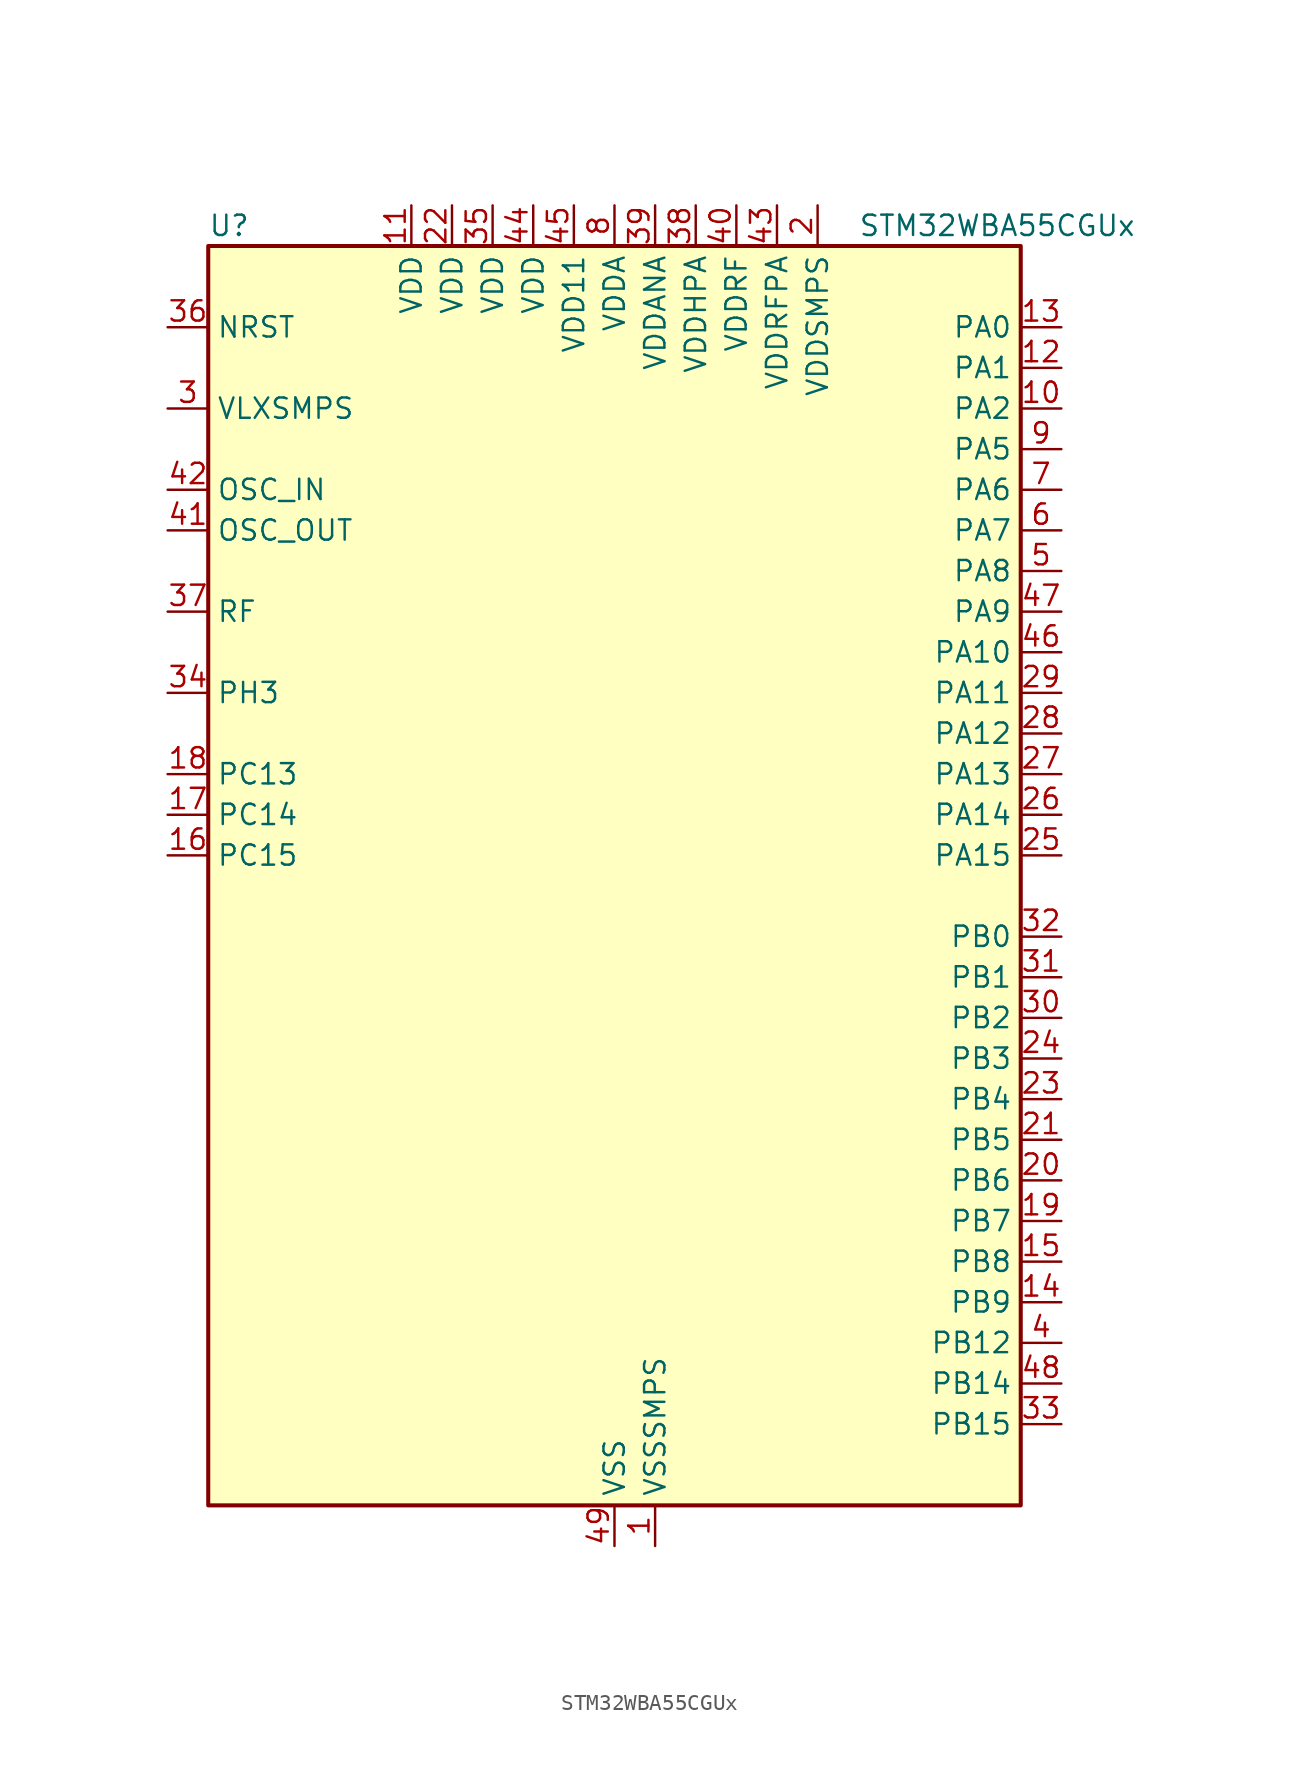
<source format=kicad_sym>
(kicad_symbol_lib
  (version 20241209)
  (generator "kicad_symbol_editor")
  (generator_version "9.0")
  (symbol "STM32WBA55CGUx"
    (property "Reference" "U"
      (at -25.4 41.91 0)
      (effects (font (size 1.27 1.27)) (justify left)))
    (property "Value" "STM32WBA55CGUx"
      (at 15.24 41.91 0)
      (effects (font (size 1.27 1.27)) (justify left)))
    (symbol "STM32WBA55CGUx_0_1"
      (rectangle (start -25.4 -38.1) (end 25.4 40.64) (stroke (width 0.254) (type default)) (fill (type background))))
    (symbol "STM32WBA55CGUx_1_1"
      (pin input line (at -27.94 35.56 0) (length 2.54) (name "NRST" (effects (font (size 1.27 1.27)))) (number "36" (effects (font (size 1.27 1.27)))))
      (pin power_in line (at -27.94 30.48 0) (length 2.54) (name "VLXSMPS" (effects (font (size 1.27 1.27)))) (number "3" (effects (font (size 1.27 1.27)))))
      (pin input line (at -27.94 25.4 0) (length 2.54) (name "OSC_IN" (effects (font (size 1.27 1.27)))) (number "42" (effects (font (size 1.27 1.27)))) (alternate "RCC_OSC_IN" bidirectional line))
      (pin input line (at -27.94 22.86 0) (length 2.54) (name "OSC_OUT" (effects (font (size 1.27 1.27)))) (number "41" (effects (font (size 1.27 1.27)))) (alternate "RCC_OSC_OUT" bidirectional line))
      (pin bidirectional line (at -27.94 17.78 0) (length 2.54) (name "RF" (effects (font (size 1.27 1.27)))) (number "37" (effects (font (size 1.27 1.27)))))
      (pin bidirectional line (at -27.94 12.7 0) (length 2.54) (name "PH3" (effects (font (size 1.27 1.27)))) (number "34" (effects (font (size 1.27 1.27)))) (alternate "PTA_GRANT" bidirectional line) (alternate "RF_EXTPABYP" bidirectional line) (alternate "TAMP_IN2" bidirectional line) (alternate "TAMP_OUT1" bidirectional line))
      (pin bidirectional line (at -27.94 7.62 0) (length 2.54) (name "PC13" (effects (font (size 1.27 1.27)))) (number "18" (effects (font (size 1.27 1.27)))) (alternate "PWR_WKUP2" bidirectional line) (alternate "RTC_OUT1" bidirectional line) (alternate "RTC_TS" bidirectional line) (alternate "TAMP_IN4" bidirectional line) (alternate "TAMP_OUT5" bidirectional line) (alternate "TIM1_BKIN2" bidirectional line) (alternate "TSC_G5_IO1" bidirectional line))
      (pin bidirectional line (at -27.94 5.08 0) (length 2.54) (name "PC14" (effects (font (size 1.27 1.27)))) (number "17" (effects (font (size 1.27 1.27)))) (alternate "RCC_OSC32_IN" bidirectional line))
      (pin bidirectional line (at -27.94 2.54 0) (length 2.54) (name "PC15" (effects (font (size 1.27 1.27)))) (number "16" (effects (font (size 1.27 1.27)))) (alternate "ADC4_EXTI15" bidirectional line) (alternate "RCC_OSC32_OUT" bidirectional line))
      (pin power_in line (at -12.7 43.18 270) (length 2.54) (name "VDD" (effects (font (size 1.27 1.27)))) (number "11" (effects (font (size 1.27 1.27)))))
      (pin power_in line (at -10.16 43.18 270) (length 2.54) (name "VDD" (effects (font (size 1.27 1.27)))) (number "22" (effects (font (size 1.27 1.27)))))
      (pin power_in line (at -7.62 43.18 270) (length 2.54) (name "VDD" (effects (font (size 1.27 1.27)))) (number "35" (effects (font (size 1.27 1.27)))))
      (pin power_in line (at -5.08 43.18 270) (length 2.54) (name "VDD" (effects (font (size 1.27 1.27)))) (number "44" (effects (font (size 1.27 1.27)))))
      (pin power_in line (at -2.54 43.18 270) (length 2.54) (name "VDD11" (effects (font (size 1.27 1.27)))) (number "45" (effects (font (size 1.27 1.27)))))
      (pin power_in line (at 0 43.18 270) (length 2.54) (name "VDDA" (effects (font (size 1.27 1.27)))) (number "8" (effects (font (size 1.27 1.27)))))
      (pin power_in line (at 0 -40.64 90) (length 2.54) (name "VSS" (effects (font (size 1.27 1.27)))) (number "49" (effects (font (size 1.27 1.27)))))
      (pin power_in line (at 2.54 43.18 270) (length 2.54) (name "VDDANA" (effects (font (size 1.27 1.27)))) (number "39" (effects (font (size 1.27 1.27)))))
      (pin power_in line (at 2.54 -40.64 90) (length 2.54) (name "VSSSMPS" (effects (font (size 1.27 1.27)))) (number "1" (effects (font (size 1.27 1.27)))))
      (pin power_in line (at 5.08 43.18 270) (length 2.54) (name "VDDHPA" (effects (font (size 1.27 1.27)))) (number "38" (effects (font (size 1.27 1.27)))))
      (pin power_in line (at 7.62 43.18 270) (length 2.54) (name "VDDRF" (effects (font (size 1.27 1.27)))) (number "40" (effects (font (size 1.27 1.27)))))
      (pin power_in line (at 10.16 43.18 270) (length 2.54) (name "VDDRFPA" (effects (font (size 1.27 1.27)))) (number "43" (effects (font (size 1.27 1.27)))))
      (pin power_in line (at 12.7 43.18 270) (length 2.54) (name "VDDSMPS" (effects (font (size 1.27 1.27)))) (number "2" (effects (font (size 1.27 1.27)))))
      (pin bidirectional line (at 27.94 35.56 180) (length 2.54) (name "PA0" (effects (font (size 1.27 1.27)))) (number "13" (effects (font (size 1.27 1.27)))) (alternate "ADC4_IN9" bidirectional line) (alternate "COMP2_INP" bidirectional line) (alternate "LPTIM1_IN1" bidirectional line) (alternate "LPUART1_CTS" bidirectional line) (alternate "PWR_WKUP1" bidirectional line) (alternate "SPI3_SCK" bidirectional line) (alternate "TIM1_CH2N" bidirectional line) (alternate "TIM3_CH3" bidirectional line) (alternate "TIM3_ETR" bidirectional line) (alternate "TSC_G2_IO2" bidirectional line))
      (pin bidirectional line (at 27.94 33.02 180) (length 2.54) (name "PA1" (effects (font (size 1.27 1.27)))) (number "12" (effects (font (size 1.27 1.27)))) (alternate "ADC4_IN8" bidirectional line) (alternate "COMP1_INM" bidirectional line) (alternate "LPTIM2_CH2" bidirectional line) (alternate "LPUART1_RX" bidirectional line) (alternate "PWR_WKUP3" bidirectional line) (alternate "SAI1_CK1" bidirectional line) (alternate "SPI1_RDY" bidirectional line) (alternate "TIM17_CH1" bidirectional line) (alternate "TIM1_CH1N" bidirectional line) (alternate "TIM3_CH2" bidirectional line) (alternate "TSC_G2_IO1" bidirectional line) (alternate "USART1_CK" bidirectional line))
      (pin bidirectional line (at 27.94 30.48 180) (length 2.54) (name "PA2" (effects (font (size 1.27 1.27)))) (number "10" (effects (font (size 1.27 1.27)))) (alternate "ADC4_IN7" bidirectional line) (alternate "COMP1_INP" bidirectional line) (alternate "LPUART1_TX" bidirectional line) (alternate "PWR_WKUP4" bidirectional line) (alternate "RCC_LSCO" bidirectional line) (alternate "SAI1_D1" bidirectional line) (alternate "TIM16_CH1" bidirectional line) (alternate "TIM1_BKIN" bidirectional line) (alternate "TIM3_CH1" bidirectional line) (alternate "TSC_G4_IO4" bidirectional line) (alternate "USART1_DE" bidirectional line) (alternate "USART1_RTS" bidirectional line))
      (pin bidirectional line (at 27.94 27.94 180) (length 2.54) (name "PA5" (effects (font (size 1.27 1.27)))) (number "9" (effects (font (size 1.27 1.27)))) (alternate "ADC4_IN4" bidirectional line) (alternate "AUDIOCLK" bidirectional line) (alternate "LPTIM2_ETR" bidirectional line) (alternate "PWR_CSLEEP" bidirectional line) (alternate "PWR_WKUP6" bidirectional line) (alternate "SAI1_D2" bidirectional line) (alternate "SPI3_NSS" bidirectional line) (alternate "TIM2_CH1" bidirectional line) (alternate "TIM2_ETR" bidirectional line) (alternate "TSC_G1_IO4" bidirectional line) (alternate "USART1_CK" bidirectional line))
      (pin bidirectional line (at 27.94 25.4 180) (length 2.54) (name "PA6" (effects (font (size 1.27 1.27)))) (number "7" (effects (font (size 1.27 1.27)))) (alternate "ADC4_IN3" bidirectional line) (alternate "I2C3_SCL" bidirectional line) (alternate "PWR_CSTOP" bidirectional line) (alternate "PWR_WKUP7" bidirectional line) (alternate "SAI1_CK2" bidirectional line) (alternate "SAI1_MCLK_A" bidirectional line) (alternate "SPI3_RDY" bidirectional line) (alternate "TIM2_CH4" bidirectional line) (alternate "TSC_G1_IO3" bidirectional line) (alternate "USART1_DE" bidirectional line) (alternate "USART1_RTS" bidirectional line))
      (pin bidirectional line (at 27.94 22.86 180) (length 2.54) (name "PA7" (effects (font (size 1.27 1.27)))) (number "6" (effects (font (size 1.27 1.27)))) (alternate "ADC4_IN2" bidirectional line) (alternate "COMP1_OUT" bidirectional line) (alternate "I2C3_SDA" bidirectional line) (alternate "PWR_WKUP8" bidirectional line) (alternate "SAI1_SCK_A" bidirectional line) (alternate "TAMP_IN1" bidirectional line) (alternate "TAMP_OUT2" bidirectional line) (alternate "TIM2_CH3" bidirectional line) (alternate "TSC_G1_IO2" bidirectional line) (alternate "USART1_CTS" bidirectional line))
      (pin bidirectional line (at 27.94 20.32 180) (length 2.54) (name "PA8" (effects (font (size 1.27 1.27)))) (number "5" (effects (font (size 1.27 1.27)))) (alternate "ADC4_IN1" bidirectional line) (alternate "LPTIM1_CH2" bidirectional line) (alternate "RCC_MCO" bidirectional line) (alternate "SAI1_FS_A" bidirectional line) (alternate "SPI3_RDY" bidirectional line) (alternate "TIM2_CH2" bidirectional line) (alternate "TSC_G1_IO1" bidirectional line) (alternate "USART1_RX" bidirectional line))
      (pin bidirectional line (at 27.94 17.78 180) (length 2.54) (name "PA9" (effects (font (size 1.27 1.27)))) (number "47" (effects (font (size 1.27 1.27)))) (alternate "LPUART1_DE" bidirectional line) (alternate "LPUART1_RTS" bidirectional line) (alternate "SAI1_CK1" bidirectional line) (alternate "TIM3_CH2" bidirectional line))
      (pin bidirectional line (at 27.94 15.24 180) (length 2.54) (name "PA10" (effects (font (size 1.27 1.27)))) (number "46" (effects (font (size 1.27 1.27)))) (alternate "LPUART1_RX" bidirectional line) (alternate "SAI1_D1" bidirectional line) (alternate "TIM3_CH1" bidirectional line))
      (pin bidirectional line (at 27.94 12.7 180) (length 2.54) (name "PA11" (effects (font (size 1.27 1.27)))) (number "29" (effects (font (size 1.27 1.27)))) (alternate "LPTIM2_CH1" bidirectional line) (alternate "RF_ANTSW1" bidirectional line) (alternate "TIM1_CH1" bidirectional line) (alternate "USART2_RX" bidirectional line))
      (pin bidirectional line (at 27.94 10.16 180) (length 2.54) (name "PA12" (effects (font (size 1.27 1.27)))) (number "28" (effects (font (size 1.27 1.27)))) (alternate "COMP2_OUT" bidirectional line) (alternate "PTA_STATUS" bidirectional line) (alternate "PWR_WKUP6" bidirectional line) (alternate "RF_ANTSW0" bidirectional line) (alternate "SPI1_NSS" bidirectional line) (alternate "TIM1_CH2" bidirectional line) (alternate "TSC_G3_IO4" bidirectional line) (alternate "USART2_TX" bidirectional line))
      (pin bidirectional line (at 27.94 7.62 180) (length 2.54) (name "PA13" (effects (font (size 1.27 1.27)))) (number "27" (effects (font (size 1.27 1.27)))) (alternate "DEBUG_JTMS-SWDIO" bidirectional line) (alternate "IR_OUT" bidirectional line) (alternate "PTA_PRIORITY" bidirectional line))
      (pin bidirectional line (at 27.94 5.08 180) (length 2.54) (name "PA14" (effects (font (size 1.27 1.27)))) (number "26" (effects (font (size 1.27 1.27)))) (alternate "COMP2_OUT" bidirectional line) (alternate "DEBUG_JTCK-SWCLK" bidirectional line) (alternate "PTA_STATUS" bidirectional line) (alternate "TAMP_IN3" bidirectional line) (alternate "TAMP_OUT6" bidirectional line) (alternate "USART2_TX" bidirectional line))
      (pin bidirectional line (at 27.94 2.54 180) (length 2.54) (name "PA15" (effects (font (size 1.27 1.27)))) (number "25" (effects (font (size 1.27 1.27)))) (alternate "ADC4_EXTI15" bidirectional line) (alternate "DEBUG_JTDI" bidirectional line) (alternate "I2C1_SCL" bidirectional line) (alternate "LPTIM1_CH2" bidirectional line) (alternate "PTA_STATUS" bidirectional line) (alternate "SPI1_MOSI" bidirectional line) (alternate "TIM17_BKIN" bidirectional line) (alternate "TIM1_ETR" bidirectional line) (alternate "TSC_G3_IO3" bidirectional line) (alternate "USART2_DE" bidirectional line) (alternate "USART2_RTS" bidirectional line))
      (pin bidirectional line (at 27.94 -2.54 180) (length 2.54) (name "PB0" (effects (font (size 1.27 1.27)))) (number "32" (effects (font (size 1.27 1.27)))) (alternate "LPTIM2_IN2" bidirectional line) (alternate "TIM1_CH3N" bidirectional line) (alternate "USART2_TX" bidirectional line))
      (pin bidirectional line (at 27.94 -5.08 180) (length 2.54) (name "PB1" (effects (font (size 1.27 1.27)))) (number "31" (effects (font (size 1.27 1.27)))) (alternate "I2C1_SDA" bidirectional line) (alternate "I2C3_SDA" bidirectional line) (alternate "PWR_WKUP4" bidirectional line) (alternate "TIM1_CH2N" bidirectional line) (alternate "USART2_DE" bidirectional line) (alternate "USART2_RTS" bidirectional line))
      (pin bidirectional line (at 27.94 -7.62 180) (length 2.54) (name "PB2" (effects (font (size 1.27 1.27)))) (number "30" (effects (font (size 1.27 1.27)))) (alternate "I2C1_SCL" bidirectional line) (alternate "I2C3_SCL" bidirectional line) (alternate "PWR_WKUP1" bidirectional line) (alternate "RF_ANTSW2" bidirectional line) (alternate "RTC_OUT2" bidirectional line) (alternate "TIM1_CH1N" bidirectional line) (alternate "USART2_CTS" bidirectional line))
      (pin bidirectional line (at 27.94 -10.16 180) (length 2.54) (name "PB3" (effects (font (size 1.27 1.27)))) (number "24" (effects (font (size 1.27 1.27)))) (alternate "DEBUG_JTDO-SWO" bidirectional line) (alternate "I2C1_SDA" bidirectional line) (alternate "LPTIM1_IN2" bidirectional line) (alternate "PTA_ACTIVE" bidirectional line) (alternate "SPI1_MISO" bidirectional line) (alternate "TIM17_CH1N" bidirectional line) (alternate "TIM1_CH4" bidirectional line) (alternate "TSC_G3_IO2" bidirectional line) (alternate "USART2_CK" bidirectional line))
      (pin bidirectional line (at 27.94 -12.7 180) (length 2.54) (name "PB4" (effects (font (size 1.27 1.27)))) (number "23" (effects (font (size 1.27 1.27)))) (alternate "DEBUG_JTRST" bidirectional line) (alternate "LPTIM2_IN2" bidirectional line) (alternate "PTA_ACTIVE" bidirectional line) (alternate "PTA_PRIORITY" bidirectional line) (alternate "SAI1_MCLK_B" bidirectional line) (alternate "SPI1_SCK" bidirectional line) (alternate "TIM17_CH1" bidirectional line) (alternate "TIM1_CH3" bidirectional line) (alternate "TSC_G3_IO1" bidirectional line) (alternate "USART2_RX" bidirectional line))
      (pin bidirectional line (at 27.94 -15.24 180) (length 2.54) (name "PB5" (effects (font (size 1.27 1.27)))) (number "21" (effects (font (size 1.27 1.27)))) (alternate "LPUART1_TX" bidirectional line) (alternate "SAI1_D2" bidirectional line) (alternate "SAI1_FS_B" bidirectional line) (alternate "TIM3_CH1" bidirectional line) (alternate "TSC_G5_IO4" bidirectional line))
      (pin bidirectional line (at 27.94 -17.78 180) (length 2.54) (name "PB6" (effects (font (size 1.27 1.27)))) (number "20" (effects (font (size 1.27 1.27)))) (alternate "PWR_WKUP3" bidirectional line) (alternate "SAI1_SCK_B" bidirectional line) (alternate "TIM2_CH1" bidirectional line) (alternate "TIM2_ETR" bidirectional line) (alternate "TSC_G5_IO3" bidirectional line))
      (pin bidirectional line (at 27.94 -20.32 180) (length 2.54) (name "PB7" (effects (font (size 1.27 1.27)))) (number "19" (effects (font (size 1.27 1.27)))) (alternate "PWR_WKUP5" bidirectional line) (alternate "SAI1_SD_B" bidirectional line) (alternate "TAMP_IN5" bidirectional line) (alternate "TAMP_OUT4" bidirectional line) (alternate "TIM1_CH4N" bidirectional line) (alternate "TSC_G5_IO2" bidirectional line))
      (pin bidirectional line (at 27.94 -22.86 180) (length 2.54) (name "PB8" (effects (font (size 1.27 1.27)))) (number "15" (effects (font (size 1.27 1.27)))) (alternate "COMP1_OUT" bidirectional line) (alternate "LPTIM1_ETR" bidirectional line) (alternate "PWR_PVD_IN" bidirectional line) (alternate "SPI3_MOSI" bidirectional line) (alternate "TIM16_CH1N" bidirectional line) (alternate "TIM1_CH1" bidirectional line) (alternate "TIM3_ETR" bidirectional line) (alternate "TSC_G2_IO4" bidirectional line) (alternate "USART2_RX" bidirectional line))
      (pin bidirectional line (at 27.94 -25.4 180) (length 2.54) (name "PB9" (effects (font (size 1.27 1.27)))) (number "14" (effects (font (size 1.27 1.27)))) (alternate "ADC4_IN10" bidirectional line) (alternate "COMP2_INM" bidirectional line) (alternate "IR_OUT" bidirectional line) (alternate "LPTIM2_IN1" bidirectional line) (alternate "LPUART1_DE" bidirectional line) (alternate "LPUART1_RTS" bidirectional line) (alternate "PWR_WKUP8" bidirectional line) (alternate "SPI3_MISO" bidirectional line) (alternate "TIM16_CH1" bidirectional line) (alternate "TIM1_CH3N" bidirectional line) (alternate "TIM3_CH4" bidirectional line) (alternate "TSC_G2_IO3" bidirectional line))
      (pin bidirectional line (at 27.94 -27.94 180) (length 2.54) (name "PB12" (effects (font (size 1.27 1.27)))) (number "4" (effects (font (size 1.27 1.27)))) (alternate "SAI1_SD_A" bidirectional line) (alternate "SPI1_RDY" bidirectional line) (alternate "TIM2_CH1" bidirectional line) (alternate "TIM2_ETR" bidirectional line) (alternate "TIM3_ETR" bidirectional line) (alternate "TSC_SYNC" bidirectional line) (alternate "USART1_TX" bidirectional line))
      (pin bidirectional line (at 27.94 -30.48 180) (length 2.54) (name "PB14" (effects (font (size 1.27 1.27)))) (number "48" (effects (font (size 1.27 1.27)))) (alternate "PWR_WKUP7" bidirectional line) (alternate "RTC_REFIN" bidirectional line) (alternate "SAI1_SD_A" bidirectional line) (alternate "TIM3_CH3" bidirectional line) (alternate "TSC_G6_IO1" bidirectional line) (alternate "USART1_TX" bidirectional line))
      (pin bidirectional line (at 27.94 -33.02 180) (length 2.54) (name "PB15" (effects (font (size 1.27 1.27)))) (number "33" (effects (font (size 1.27 1.27)))) (alternate "ADC4_EXTI15" bidirectional line) (alternate "I2C1_SMBA" bidirectional line) (alternate "I2C3_SMBA" bidirectional line) (alternate "LPUART1_CTS" bidirectional line) (alternate "PTA_GRANT" bidirectional line) (alternate "RF_EXTPABYP" bidirectional line) (alternate "TIM16_BKIN" bidirectional line) (alternate "TIM1_BKIN2" bidirectional line) (alternate "USART2_CTS" bidirectional line)))))
</source>
